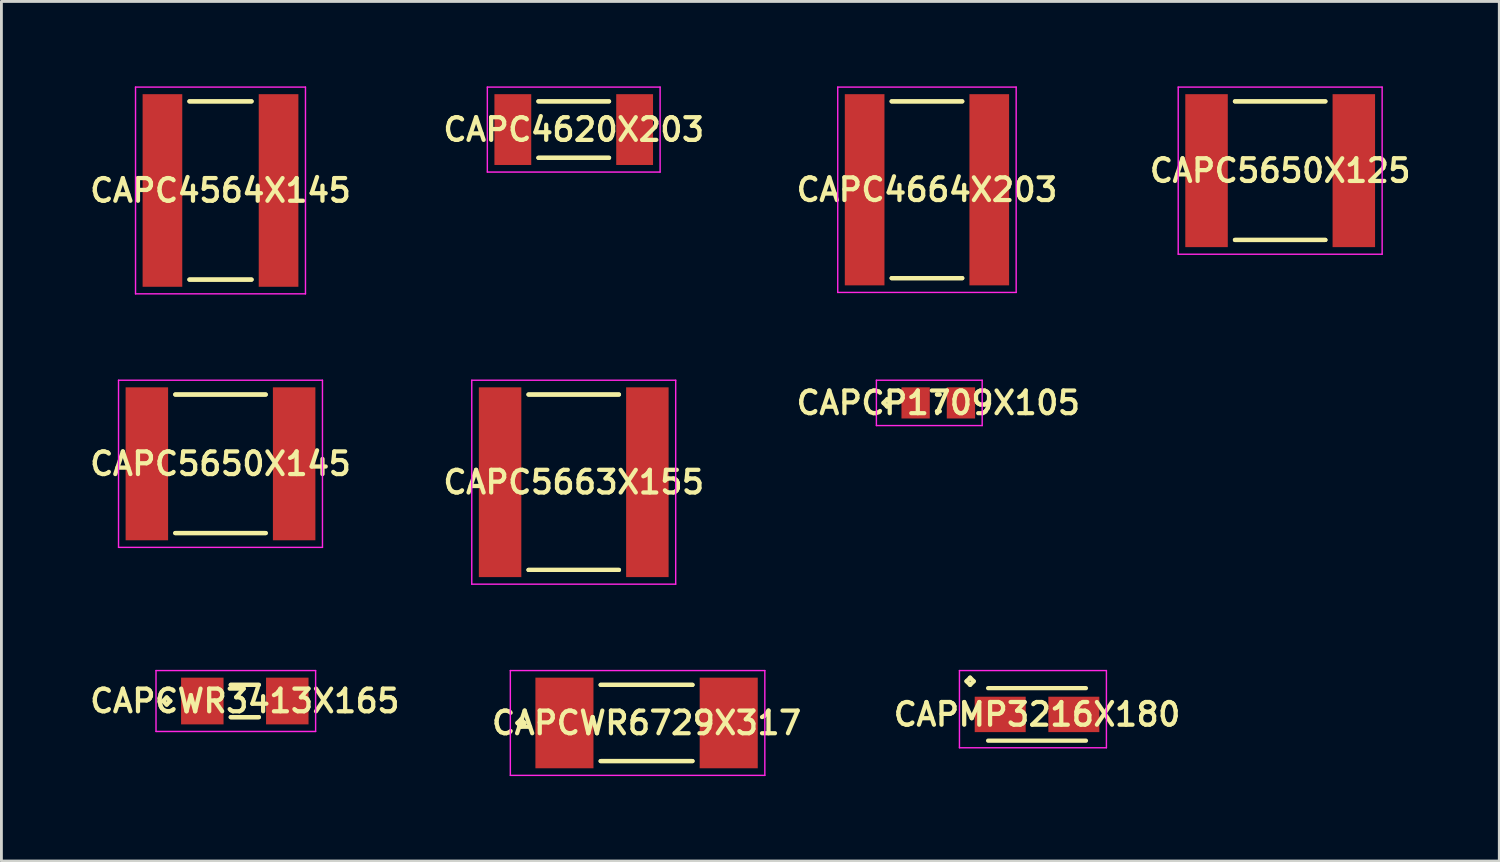
<source format=kicad_pcb>
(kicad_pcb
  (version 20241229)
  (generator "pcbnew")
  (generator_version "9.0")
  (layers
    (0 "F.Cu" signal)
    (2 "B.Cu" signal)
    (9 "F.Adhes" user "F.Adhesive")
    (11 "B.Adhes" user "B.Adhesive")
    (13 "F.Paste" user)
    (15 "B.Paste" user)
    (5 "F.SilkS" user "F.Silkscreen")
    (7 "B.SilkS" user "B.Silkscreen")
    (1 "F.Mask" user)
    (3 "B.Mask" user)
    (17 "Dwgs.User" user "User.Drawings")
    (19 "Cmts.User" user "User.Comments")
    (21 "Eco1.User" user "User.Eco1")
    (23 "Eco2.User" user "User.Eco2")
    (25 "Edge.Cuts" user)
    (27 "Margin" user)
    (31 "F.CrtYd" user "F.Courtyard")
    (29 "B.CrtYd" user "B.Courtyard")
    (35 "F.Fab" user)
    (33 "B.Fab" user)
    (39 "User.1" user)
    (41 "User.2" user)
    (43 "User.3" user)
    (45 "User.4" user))
  (footprint "CAPMP3216X180"
    (layer "F.Cu")
    (at 33.563 22.173)
    (property "Reference" "CAPMP3216X180" (at 0 0 0) (layer "F.SilkS") (effects (font (size 0.8 0.8) (thickness 0.15))))
    (attr smd)
    (fp_line (start -2.489 -1.171) (end -2.362 -1.298) (stroke (width 0.15) (type solid)) (layer "F.SilkS"))
    (fp_line (start -2.362 -1.298) (end -2.235 -1.171) (stroke (width 0.15) (type solid)) (layer "F.SilkS"))
    (fp_line (start -2.362 -1.044) (end -2.489 -1.171) (stroke (width 0.15) (type solid)) (layer "F.SilkS"))
    (fp_line (start -2.235 -1.171) (end -2.362 -1.044) (stroke (width 0.15) (type solid)) (layer "F.SilkS"))
    (fp_line (start -1.727 -0.927) (end 1.727 -0.927) (stroke (width 0.15) (type solid)) (layer "F.SilkS"))
    (fp_line (start -1.727 0.927) (end 1.727 0.927) (stroke (width 0.15) (type solid)) (layer "F.SilkS"))
    (fp_line (start -2.739 -1.548) (end 2.45 -1.548) (stroke (width 0.05) (type solid)) (layer "F.CrtYd"))
    (fp_line (start -2.739 1.177) (end -2.739 -1.548) (stroke (width 0.05) (type solid)) (layer "F.CrtYd"))
    (fp_line (start 2.45 -1.548) (end 2.45 1.177) (stroke (width 0.05) (type solid)) (layer "F.CrtYd"))
    (fp_line (start 2.45 1.177) (end -2.739 1.177) (stroke (width 0.05) (type solid)) (layer "F.CrtYd"))
    (pad "1" smd rect (at -1.3 0) (size 1.8 1.25) (layers "F.Cu" "F.Mask" "F.Paste"))
    (pad "2" smd rect (at 1.3 0) (size 1.8 1.25) (layers "F.Cu" "F.Mask" "F.Paste")))
  (footprint "CAPC5650X125"
    (layer "F.Cu")
    (at 42.148 2.975)
    (property "Reference" "CAPC5650X125" (at 0 0 0) (layer "F.SilkS") (effects (font (size 0.8 0.8) (thickness 0.15))))
    (attr smd)
    (fp_line (start -1.596 -2.446) (end 1.596 -2.446) (stroke (width 0.15) (type solid)) (layer "F.SilkS"))
    (fp_line (start -1.596 2.446) (end 1.596 2.446) (stroke (width 0.15) (type solid)) (layer "F.SilkS"))
    (fp_line (start 1.596 -2.446) (end -1.596 -2.446) (stroke (width 0.15) (type solid)) (layer "F.SilkS"))
    (fp_line (start 1.596 2.446) (end -1.596 2.446) (stroke (width 0.15) (type solid)) (layer "F.SilkS"))
    (fp_line (start -3.6 -2.95) (end 3.6 -2.95) (stroke (width 0.05) (type solid)) (layer "F.CrtYd"))
    (fp_line (start -3.6 2.95) (end -3.6 -2.95) (stroke (width 0.05) (type solid)) (layer "F.CrtYd"))
    (fp_line (start 3.6 -2.95) (end 3.6 2.95) (stroke (width 0.05) (type solid)) (layer "F.CrtYd"))
    (fp_line (start 3.6 2.95) (end -3.6 2.95) (stroke (width 0.05) (type solid)) (layer "F.CrtYd"))
    (pad "1" smd rect (at -2.6 0) (size 1.5 5.4) (layers "F.Cu" "F.Mask" "F.Paste"))
    (pad "2" smd rect (at 2.6 0) (size 1.5 5.4) (layers "F.Cu" "F.Mask" "F.Paste")))
  (footprint "CAPC5650X145"
    (layer "F.Cu")
    (at 4.735 13.325)
    (property "Reference" "CAPC5650X145" (at 0 0 0) (layer "F.SilkS") (effects (font (size 0.8 0.8) (thickness 0.15))))
    (attr smd)
    (fp_line (start -1.596 -2.446) (end 1.596 -2.446) (stroke (width 0.15) (type solid)) (layer "F.SilkS"))
    (fp_line (start -1.596 2.446) (end 1.596 2.446) (stroke (width 0.15) (type solid)) (layer "F.SilkS"))
    (fp_line (start 1.596 -2.446) (end -1.596 -2.446) (stroke (width 0.15) (type solid)) (layer "F.SilkS"))
    (fp_line (start 1.596 2.446) (end -1.596 2.446) (stroke (width 0.15) (type solid)) (layer "F.SilkS"))
    (fp_line (start -3.6 -2.95) (end 3.6 -2.95) (stroke (width 0.05) (type solid)) (layer "F.CrtYd"))
    (fp_line (start -3.6 2.95) (end -3.6 -2.95) (stroke (width 0.05) (type solid)) (layer "F.CrtYd"))
    (fp_line (start 3.6 -2.95) (end 3.6 2.95) (stroke (width 0.05) (type solid)) (layer "F.CrtYd"))
    (fp_line (start 3.6 2.95) (end -3.6 2.95) (stroke (width 0.05) (type solid)) (layer "F.CrtYd"))
    (pad "1" smd rect (at -2.6 0) (size 1.5 5.4) (layers "F.Cu" "F.Mask" "F.Paste"))
    (pad "2" smd rect (at 2.6 0) (size 1.5 5.4) (layers "F.Cu" "F.Mask" "F.Paste")))
  (footprint "CAPCWR3413X165"
    (layer "F.Cu")
    (at 5.593 21.7)
    (property "Reference" "CAPCWR3413X165" (at 0 0 0) (layer "F.SilkS") (effects (font (size 0.8 0.8) (thickness 0.15))))
    (attr smd)
    (fp_line (start -2.885 0) (end -2.758 -0.127) (stroke (width 0.15) (type solid)) (layer "F.SilkS"))
    (fp_line (start -2.758 -0.127) (end -2.631 0) (stroke (width 0.15) (type solid)) (layer "F.SilkS"))
    (fp_line (start -2.758 0.127) (end -2.885 0) (stroke (width 0.15) (type solid)) (layer "F.SilkS"))
    (fp_line (start -2.631 0) (end -2.758 0.127) (stroke (width 0.15) (type solid)) (layer "F.SilkS"))
    (fp_line (start -0.496 -0.571) (end 0.496 -0.571) (stroke (width 0.15) (type solid)) (layer "F.SilkS"))
    (fp_line (start -0.496 0.571) (end 0.496 0.571) (stroke (width 0.15) (type solid)) (layer "F.SilkS"))
    (fp_line (start 0.496 -0.571) (end -0.496 -0.571) (stroke (width 0.15) (type solid)) (layer "F.SilkS"))
    (fp_line (start 0.496 0.571) (end -0.496 0.571) (stroke (width 0.15) (type solid)) (layer "F.SilkS"))
    (fp_line (start -3.135 -1.075) (end 2.5 -1.075) (stroke (width 0.05) (type solid)) (layer "F.CrtYd"))
    (fp_line (start -3.135 1.075) (end -3.135 -1.075) (stroke (width 0.05) (type solid)) (layer "F.CrtYd"))
    (fp_line (start 2.5 -1.075) (end 2.5 1.075) (stroke (width 0.05) (type solid)) (layer "F.CrtYd"))
    (fp_line (start 2.5 1.075) (end -3.135 1.075) (stroke (width 0.05) (type solid)) (layer "F.CrtYd"))
    (pad "1" smd rect (at -1.5 0) (size 1.5 1.65) (layers "F.Cu" "F.Mask" "F.Paste"))
    (pad "2" smd rect (at 1.5 0) (size 1.5 1.65) (layers "F.Cu" "F.Mask" "F.Paste")))
  (footprint "CAPCWR6729X317"
    (layer "F.Cu")
    (at 19.778 22.475)
    (property "Reference" "CAPCWR6729X317" (at 0 0 0) (layer "F.SilkS") (effects (font (size 0.8 0.8) (thickness 0.15))))
    (attr smd)
    (fp_line (start -4.56 0) (end -4.433 -0.127) (stroke (width 0.15) (type solid)) (layer "F.SilkS"))
    (fp_line (start -4.433 -0.127) (end -4.306 0) (stroke (width 0.15) (type solid)) (layer "F.SilkS"))
    (fp_line (start -4.433 0.127) (end -4.56 0) (stroke (width 0.15) (type solid)) (layer "F.SilkS"))
    (fp_line (start -4.306 0) (end -4.433 0.127) (stroke (width 0.15) (type solid)) (layer "F.SilkS"))
    (fp_line (start -1.621 -1.346) (end 1.621 -1.346) (stroke (width 0.15) (type solid)) (layer "F.SilkS"))
    (fp_line (start -1.621 1.346) (end 1.621 1.346) (stroke (width 0.15) (type solid)) (layer "F.SilkS"))
    (fp_line (start 1.621 -1.346) (end -1.621 -1.346) (stroke (width 0.15) (type solid)) (layer "F.SilkS"))
    (fp_line (start 1.621 1.346) (end -1.621 1.346) (stroke (width 0.15) (type solid)) (layer "F.SilkS"))
    (fp_line (start -4.81 -1.85) (end 4.175 -1.85) (stroke (width 0.05) (type solid)) (layer "F.CrtYd"))
    (fp_line (start -4.81 1.85) (end -4.81 -1.85) (stroke (width 0.05) (type solid)) (layer "F.CrtYd"))
    (fp_line (start 4.175 -1.85) (end 4.175 1.85) (stroke (width 0.05) (type solid)) (layer "F.CrtYd"))
    (fp_line (start 4.175 1.85) (end -4.81 1.85) (stroke (width 0.05) (type solid)) (layer "F.CrtYd"))
    (pad "1" smd rect (at -2.9 0) (size 2.05 3.2) (layers "F.Cu" "F.Mask" "F.Paste"))
    (pad "2" smd rect (at 2.9 0) (size 2.05 3.2) (layers "F.Cu" "F.Mask" "F.Paste")))
  (footprint "CAPC4620X203"
    (layer "F.Cu")
    (at 17.206 1.525)
    (property "Reference" "CAPC4620X203" (at 0 0 0) (layer "F.SilkS") (effects (font (size 0.8 0.8) (thickness 0.15))))
    (attr smd)
    (fp_line (start -1.246 -0.996) (end 1.246 -0.996) (stroke (width 0.15) (type solid)) (layer "F.SilkS"))
    (fp_line (start -1.246 0.996) (end 1.246 0.996) (stroke (width 0.15) (type solid)) (layer "F.SilkS"))
    (fp_line (start 1.246 -0.996) (end -1.246 -0.996) (stroke (width 0.15) (type solid)) (layer "F.SilkS"))
    (fp_line (start 1.246 0.996) (end -1.246 0.996) (stroke (width 0.15) (type solid)) (layer "F.SilkS"))
    (fp_line (start -3.05 -1.5) (end 3.05 -1.5) (stroke (width 0.05) (type solid)) (layer "F.CrtYd"))
    (fp_line (start -3.05 1.5) (end -3.05 -1.5) (stroke (width 0.05) (type solid)) (layer "F.CrtYd"))
    (fp_line (start 3.05 -1.5) (end 3.05 1.5) (stroke (width 0.05) (type solid)) (layer "F.CrtYd"))
    (fp_line (start 3.05 1.5) (end -3.05 1.5) (stroke (width 0.05) (type solid)) (layer "F.CrtYd"))
    (pad "1" smd rect (at -2.15 0) (size 1.3 2.5) (layers "F.Cu" "F.Mask" "F.Paste"))
    (pad "2" smd rect (at 2.15 0) (size 1.3 2.5) (layers "F.Cu" "F.Mask" "F.Paste")))
  (footprint "CAPC4664X203"
    (layer "F.Cu")
    (at 29.677 3.65)
    (property "Reference" "CAPC4664X203" (at 0 0 0) (layer "F.SilkS") (effects (font (size 0.8 0.8) (thickness 0.15))))
    (attr smd)
    (fp_line (start -1.246 -3.121) (end 1.246 -3.121) (stroke (width 0.15) (type solid)) (layer "F.SilkS"))
    (fp_line (start -1.246 3.121) (end 1.246 3.121) (stroke (width 0.15) (type solid)) (layer "F.SilkS"))
    (fp_line (start 1.246 -3.121) (end -1.246 -3.121) (stroke (width 0.15) (type solid)) (layer "F.SilkS"))
    (fp_line (start 1.246 3.121) (end -1.246 3.121) (stroke (width 0.15) (type solid)) (layer "F.SilkS"))
    (fp_line (start -3.15 -3.625) (end 3.15 -3.625) (stroke (width 0.05) (type solid)) (layer "F.CrtYd"))
    (fp_line (start -3.15 3.625) (end -3.15 -3.625) (stroke (width 0.05) (type solid)) (layer "F.CrtYd"))
    (fp_line (start 3.15 -3.625) (end 3.15 3.625) (stroke (width 0.05) (type solid)) (layer "F.CrtYd"))
    (fp_line (start 3.15 3.625) (end -3.15 3.625) (stroke (width 0.05) (type solid)) (layer "F.CrtYd"))
    (pad "1" smd rect (at -2.2 0) (size 1.4 6.75) (layers "F.Cu" "F.Mask" "F.Paste"))
    (pad "2" smd rect (at 2.2 0) (size 1.4 6.75) (layers "F.Cu" "F.Mask" "F.Paste")))
  (footprint "CAPC5663X155"
    (layer "F.Cu")
    (at 17.206 13.975)
    (property "Reference" "CAPC5663X155" (at 0 0 0) (layer "F.SilkS") (effects (font (size 0.8 0.8) (thickness 0.15))))
    (attr smd)
    (fp_line (start -1.596 -3.096) (end 1.596 -3.096) (stroke (width 0.15) (type solid)) (layer "F.SilkS"))
    (fp_line (start -1.596 3.096) (end 1.596 3.096) (stroke (width 0.15) (type solid)) (layer "F.SilkS"))
    (fp_line (start 1.596 -3.096) (end -1.596 -3.096) (stroke (width 0.15) (type solid)) (layer "F.SilkS"))
    (fp_line (start 1.596 3.096) (end -1.596 3.096) (stroke (width 0.15) (type solid)) (layer "F.SilkS"))
    (fp_line (start -3.6 -3.6) (end 3.6 -3.6) (stroke (width 0.05) (type solid)) (layer "F.CrtYd"))
    (fp_line (start -3.6 3.6) (end -3.6 -3.6) (stroke (width 0.05) (type solid)) (layer "F.CrtYd"))
    (fp_line (start 3.6 -3.6) (end 3.6 3.6) (stroke (width 0.05) (type solid)) (layer "F.CrtYd"))
    (fp_line (start 3.6 3.6) (end -3.6 3.6) (stroke (width 0.05) (type solid)) (layer "F.CrtYd"))
    (pad "1" smd rect (at -2.6 0) (size 1.5 6.7) (layers "F.Cu" "F.Mask" "F.Paste"))
    (pad "2" smd rect (at 2.6 0) (size 1.5 6.7) (layers "F.Cu" "F.Mask" "F.Paste")))
  (footprint "CAPC4564X145"
    (layer "F.Cu")
    (at 4.735 3.675)
    (property "Reference" "CAPC4564X145" (at 0 0 0) (layer "F.SilkS") (effects (font (size 0.8 0.8) (thickness 0.15))))
    (attr smd)
    (fp_line (start -1.096 -3.146) (end 1.096 -3.146) (stroke (width 0.15) (type solid)) (layer "F.SilkS"))
    (fp_line (start -1.096 3.146) (end 1.096 3.146) (stroke (width 0.15) (type solid)) (layer "F.SilkS"))
    (fp_line (start 1.096 -3.146) (end -1.096 -3.146) (stroke (width 0.15) (type solid)) (layer "F.SilkS"))
    (fp_line (start 1.096 3.146) (end -1.096 3.146) (stroke (width 0.15) (type solid)) (layer "F.SilkS"))
    (fp_line (start -3 -3.65) (end 3 -3.65) (stroke (width 0.05) (type solid)) (layer "F.CrtYd"))
    (fp_line (start -3 3.65) (end -3 -3.65) (stroke (width 0.05) (type solid)) (layer "F.CrtYd"))
    (fp_line (start 3 -3.65) (end 3 3.65) (stroke (width 0.05) (type solid)) (layer "F.CrtYd"))
    (fp_line (start 3 3.65) (end -3 3.65) (stroke (width 0.05) (type solid)) (layer "F.CrtYd"))
    (pad "1" smd rect (at -2.05 0) (size 1.4 6.8) (layers "F.Cu" "F.Mask" "F.Paste"))
    (pad "2" smd rect (at 2.05 0) (size 1.4 6.8) (layers "F.Cu" "F.Mask" "F.Paste")))
  (footprint "CAPCP1709X105"
    (layer "F.Cu")
    (at 30.077 11.175)
    (property "Reference" "CAPCP1709X105" (at 0 0 0) (layer "F.SilkS") (effects (font (size 0.8 0.8) (thickness 0.15))))
    (attr smd)
    (fp_line (start -1.935 0) (end -1.808 -0.127) (stroke (width 0.15) (type solid)) (layer "F.SilkS"))
    (fp_line (start -1.808 -0.127) (end -1.681 0) (stroke (width 0.15) (type solid)) (layer "F.SilkS"))
    (fp_line (start -1.808 0.127) (end -1.935 0) (stroke (width 0.15) (type solid)) (layer "F.SilkS"))
    (fp_line (start -1.681 0) (end -1.808 0.127) (stroke (width 0.15) (type solid)) (layer "F.SilkS"))
    (fp_line (start -0.046 -0.296) (end 0.046 -0.296) (stroke (width 0.15) (type solid)) (layer "F.SilkS"))
    (fp_line (start -0.046 0.296) (end 0.046 0.296) (stroke (width 0.15) (type solid)) (layer "F.SilkS"))
    (fp_line (start 0.046 -0.296) (end -0.046 -0.296) (stroke (width 0.15) (type solid)) (layer "F.SilkS"))
    (fp_line (start 0.046 0.296) (end -0.046 0.296) (stroke (width 0.15) (type solid)) (layer "F.SilkS"))
    (fp_line (start -2.185 -0.8) (end 1.55 -0.8) (stroke (width 0.05) (type solid)) (layer "F.CrtYd"))
    (fp_line (start -2.185 0.8) (end -2.185 -0.8) (stroke (width 0.05) (type solid)) (layer "F.CrtYd"))
    (fp_line (start 1.55 -0.8) (end 1.55 0.8) (stroke (width 0.05) (type solid)) (layer "F.CrtYd"))
    (fp_line (start 1.55 0.8) (end -2.185 0.8) (stroke (width 0.05) (type solid)) (layer "F.CrtYd"))
    (pad "1" smd rect (at -0.8 0) (size 1 1.1) (layers "F.Cu" "F.Mask" "F.Paste"))
    (pad "2" smd rect (at 0.8 0) (size 1 1.1) (layers "F.Cu" "F.Mask" "F.Paste")))
  (gr_rect
    (start -3 -3)
    (end 49.884 27.35)
    (stroke (width 0.1) (type default))
    (fill no)
    (layer "Edge.Cuts")))
</source>
